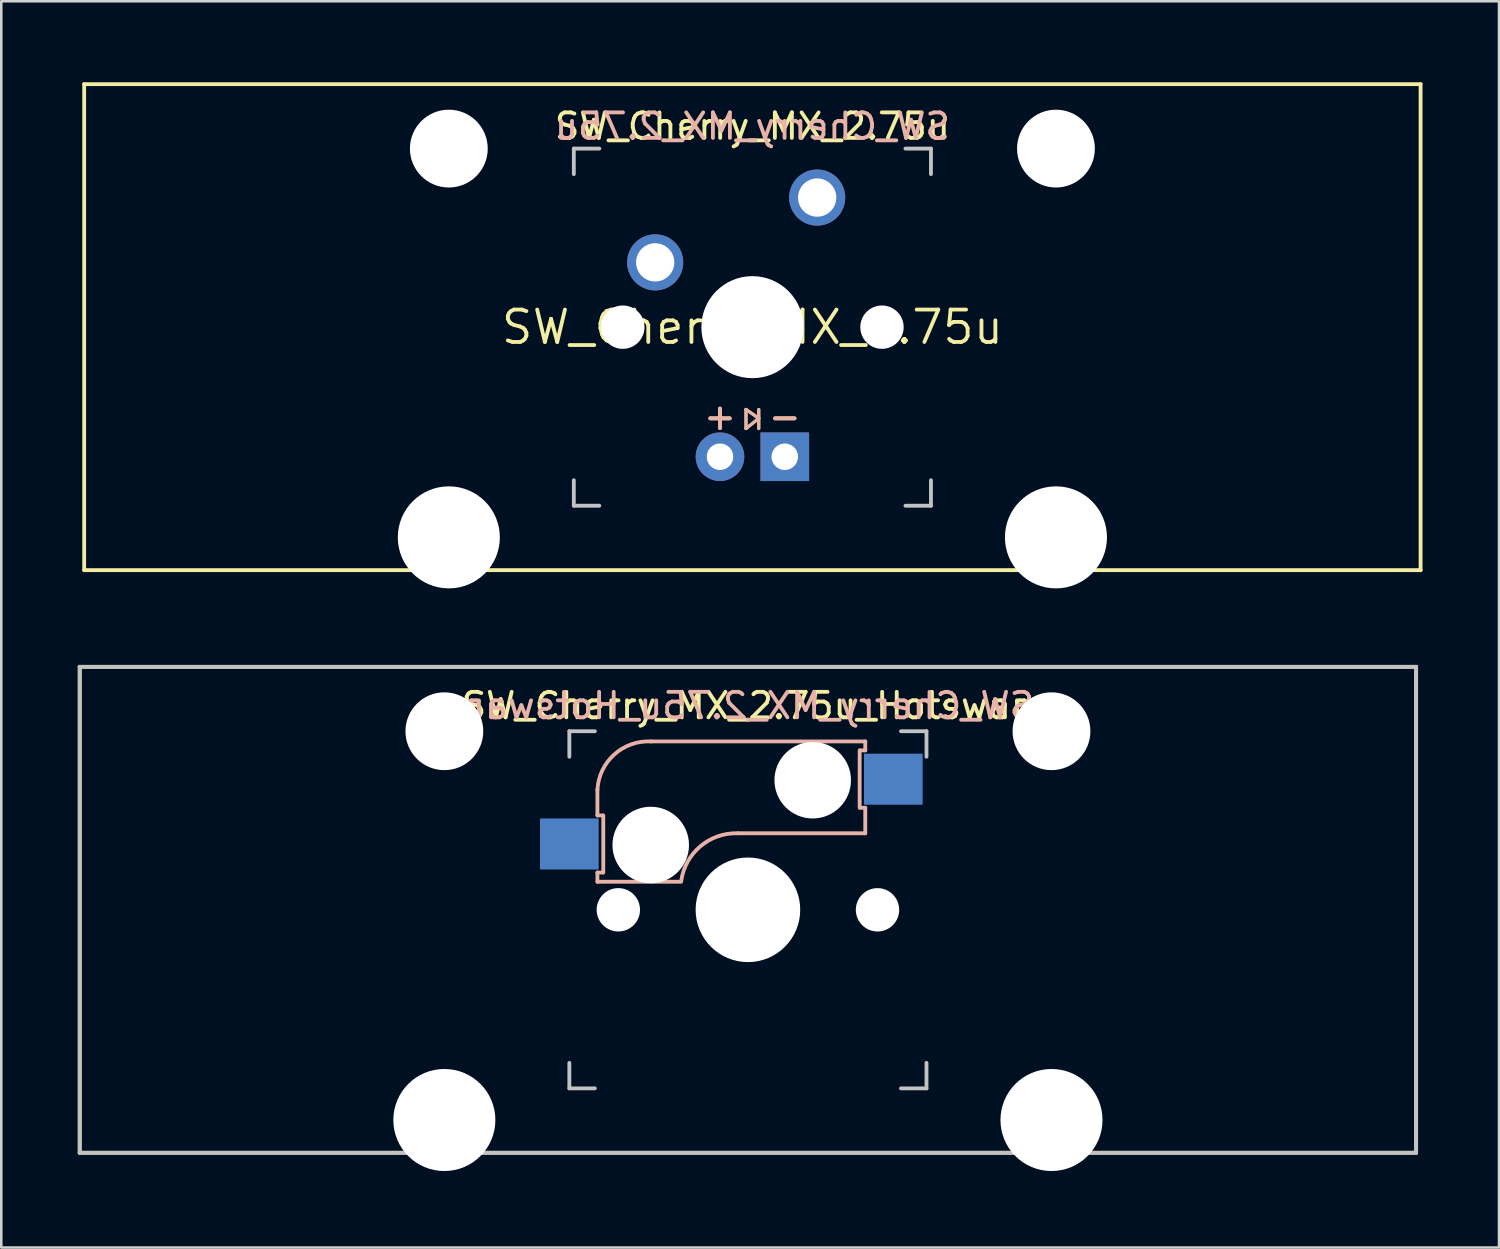
<source format=kicad_pcb>
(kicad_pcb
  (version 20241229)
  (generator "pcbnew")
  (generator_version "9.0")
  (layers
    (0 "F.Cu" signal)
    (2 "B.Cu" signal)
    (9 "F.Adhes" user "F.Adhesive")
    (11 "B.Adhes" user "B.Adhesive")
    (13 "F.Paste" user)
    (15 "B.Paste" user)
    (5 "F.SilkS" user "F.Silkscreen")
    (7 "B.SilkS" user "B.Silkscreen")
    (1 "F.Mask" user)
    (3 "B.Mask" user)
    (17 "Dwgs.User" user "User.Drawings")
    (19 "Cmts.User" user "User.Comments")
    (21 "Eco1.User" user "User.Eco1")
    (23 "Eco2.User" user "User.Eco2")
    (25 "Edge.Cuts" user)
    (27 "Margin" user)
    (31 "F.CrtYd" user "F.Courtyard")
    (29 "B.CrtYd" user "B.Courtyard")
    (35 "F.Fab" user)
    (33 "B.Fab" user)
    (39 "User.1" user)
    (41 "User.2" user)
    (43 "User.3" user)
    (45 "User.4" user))
  (footprint "SW_Cherry_MX_2.75u_Hotswap"
    (layer "F.Cu")
    (at 26.269 32.615)
    (property "Reference" "SW_Cherry_MX_2.75u_Hotswap" (at 0 -8 0) (unlocked yes) (layer "F.SilkS") (effects (font (size 1 1) (thickness 0.15))))
    (attr through_hole)
    (fp_line (start -26.194 -9.525) (end 26.194 -9.525) (stroke (width 0.15) (type solid)) (layer "F.SilkS"))
    (fp_line (start -26.194 9.525) (end -26.194 -9.525) (stroke (width 0.15) (type solid)) (layer "F.SilkS"))
    (fp_line (start 26.194 -9.525) (end 26.194 9.525) (stroke (width 0.15) (type solid)) (layer "F.SilkS"))
    (fp_line (start 26.194 9.525) (end -26.194 9.525) (stroke (width 0.15) (type solid)) (layer "F.SilkS"))
    (fp_line (start -5.9 -4.7) (end -5.9 -3.7) (stroke (width 0.15) (type solid)) (layer "B.SilkS"))
    (fp_line (start -5.9 -3.7) (end -5.7 -3.7) (stroke (width 0.15) (type solid)) (layer "B.SilkS"))
    (fp_line (start -5.9 -1.1) (end -5.9 -1.46) (stroke (width 0.15) (type solid)) (layer "B.SilkS"))
    (fp_line (start -5.9 -1.1) (end -2.62 -1.1) (stroke (width 0.15) (type solid)) (layer "B.SilkS"))
    (fp_line (start -5.7 -1.46) (end -5.9 -1.46) (stroke (width 0.15) (type solid)) (layer "B.SilkS"))
    (fp_line (start -5.67 -3.7) (end -5.67 -1.46) (stroke (width 0.15) (type solid)) (layer "B.SilkS"))
    (fp_line (start -0.4 -3) (end 4.6 -3) (stroke (width 0.15) (type solid)) (layer "B.SilkS"))
    (fp_line (start 4.38 -4) (end 4.38 -6.25) (stroke (width 0.15) (type solid)) (layer "B.SilkS"))
    (fp_line (start 4.4 -6.25) (end 4.6 -6.25) (stroke (width 0.15) (type solid)) (layer "B.SilkS"))
    (fp_line (start 4.6 -6.6) (end -3.8 -6.6) (stroke (width 0.15) (type solid)) (layer "B.SilkS"))
    (fp_line (start 4.6 -6.25) (end 4.6 -6.6) (stroke (width 0.15) (type solid)) (layer "B.SilkS"))
    (fp_line (start 4.6 -4) (end 4.4 -4) (stroke (width 0.15) (type solid)) (layer "B.SilkS"))
    (fp_line (start 4.6 -3) (end 4.6 -4) (stroke (width 0.15) (type solid)) (layer "B.SilkS"))
    (fp_arc (start -5.9 -4.699999) (mid -5.243504 -6.084924) (end -3.800001 -6.6) (stroke (width 0.15) (type solid)) (layer "B.SilkS"))
    (fp_arc (start -2.616318 -1.121471) (mid -1.868709 -2.486118) (end -0.4 -3) (stroke (width 0.15) (type solid)) (layer "B.SilkS"))
    (fp_line (start -26.194 -9.525) (end 26.194 -9.525) (stroke (width 0.15) (type solid)) (layer "Dwgs.User"))
    (fp_line (start -26.194 9.525) (end -26.194 -9.525) (stroke (width 0.15) (type solid)) (layer "Dwgs.User"))
    (fp_line (start -7 -7) (end -6 -7) (stroke (width 0.15) (type solid)) (layer "Dwgs.User"))
    (fp_line (start -7 -6) (end -7 -7) (stroke (width 0.15) (type solid)) (layer "Dwgs.User"))
    (fp_line (start -7 6) (end -7 7) (stroke (width 0.15) (type solid)) (layer "Dwgs.User"))
    (fp_line (start -7 7) (end -6 7) (stroke (width 0.15) (type solid)) (layer "Dwgs.User"))
    (fp_line (start 6 7) (end 7 7) (stroke (width 0.15) (type solid)) (layer "Dwgs.User"))
    (fp_line (start 7 -7) (end 6 -7) (stroke (width 0.15) (type solid)) (layer "Dwgs.User"))
    (fp_line (start 7 -7) (end 7 -6) (stroke (width 0.15) (type solid)) (layer "Dwgs.User"))
    (fp_line (start 7 7) (end 7 6) (stroke (width 0.15) (type solid)) (layer "Dwgs.User"))
    (fp_line (start 26.194 -9.525) (end 26.194 9.525) (stroke (width 0.15) (type solid)) (layer "Dwgs.User"))
    (fp_line (start 26.194 9.525) (end -26.194 9.525) (stroke (width 0.15) (type solid)) (layer "Dwgs.User"))
    (fp_line (start -16.129 -2.286) (end -15.265 -2.286) (stroke (width 0.05) (type solid)) (layer "Eco1.User"))
    (fp_line (start -16.129 0.508) (end -16.129 -2.286) (stroke (width 0.05) (type solid)) (layer "Eco1.User"))
    (fp_line (start -15.265 -5.69) (end -8.611 -5.69) (stroke (width 0.05) (type solid)) (layer "Eco1.User"))
    (fp_line (start -15.265 -2.286) (end -15.265 -5.69) (stroke (width 0.05) (type solid)) (layer "Eco1.User"))
    (fp_line (start -15.265 0.508) (end -16.129 0.508) (stroke (width 0.05) (type solid)) (layer "Eco1.User"))
    (fp_line (start -15.265 6.604) (end -15.265 0.508) (stroke (width 0.05) (type solid)) (layer "Eco1.User"))
    (fp_line (start -14.224 6.604) (end -15.265 6.604) (stroke (width 0.05) (type solid)) (layer "Eco1.User"))
    (fp_line (start -14.224 7.772) (end -14.224 6.604) (stroke (width 0.05) (type solid)) (layer "Eco1.User"))
    (fp_line (start -9.652 6.604) (end -9.652 7.772) (stroke (width 0.05) (type solid)) (layer "Eco1.User"))
    (fp_line (start -9.652 7.772) (end -14.224 7.772) (stroke (width 0.05) (type solid)) (layer "Eco1.User"))
    (fp_line (start -8.611 -5.69) (end -8.611 -4.877) (stroke (width 0.05) (type solid)) (layer "Eco1.User"))
    (fp_line (start -8.611 -4.877) (end -6.985 -4.877) (stroke (width 0.05) (type solid)) (layer "Eco1.User"))
    (fp_line (start -8.611 5.817) (end -8.611 6.604) (stroke (width 0.05) (type solid)) (layer "Eco1.User"))
    (fp_line (start -8.611 6.604) (end -9.652 6.604) (stroke (width 0.05) (type solid)) (layer "Eco1.User"))
    (fp_line (start -6.985 -6.985) (end 6.985 -6.985) (stroke (width 0.05) (type solid)) (layer "Eco1.User"))
    (fp_line (start -6.985 -4.877) (end -6.985 -6.985) (stroke (width 0.05) (type solid)) (layer "Eco1.User"))
    (fp_line (start -6.985 5.817) (end -8.611 5.817) (stroke (width 0.05) (type solid)) (layer "Eco1.User"))
    (fp_line (start -6.985 6.985) (end -6.985 5.817) (stroke (width 0.05) (type solid)) (layer "Eco1.User"))
    (fp_line (start 6.985 -6.985) (end 6.985 -4.877) (stroke (width 0.05) (type solid)) (layer "Eco1.User"))
    (fp_line (start 6.985 -4.877) (end 8.611 -4.877) (stroke (width 0.05) (type solid)) (layer "Eco1.User"))
    (fp_line (start 6.985 5.817) (end 6.985 6.985) (stroke (width 0.05) (type solid)) (layer "Eco1.User"))
    (fp_line (start 6.985 6.985) (end -6.985 6.985) (stroke (width 0.05) (type solid)) (layer "Eco1.User"))
    (fp_line (start 8.611 -5.69) (end 15.265 -5.69) (stroke (width 0.05) (type solid)) (layer "Eco1.User"))
    (fp_line (start 8.611 -4.877) (end 8.611 -5.69) (stroke (width 0.05) (type solid)) (layer "Eco1.User"))
    (fp_line (start 8.611 5.817) (end 6.985 5.817) (stroke (width 0.05) (type solid)) (layer "Eco1.User"))
    (fp_line (start 8.611 6.604) (end 8.611 5.817) (stroke (width 0.05) (type solid)) (layer "Eco1.User"))
    (fp_line (start 9.652 6.604) (end 8.611 6.604) (stroke (width 0.05) (type solid)) (layer "Eco1.User"))
    (fp_line (start 9.652 7.772) (end 9.652 6.604) (stroke (width 0.05) (type solid)) (layer "Eco1.User"))
    (fp_line (start 14.224 6.604) (end 14.224 7.772) (stroke (width 0.05) (type solid)) (layer "Eco1.User"))
    (fp_line (start 14.224 7.772) (end 9.652 7.772) (stroke (width 0.05) (type solid)) (layer "Eco1.User"))
    (fp_line (start 15.265 -5.69) (end 15.265 -2.286) (stroke (width 0.05) (type solid)) (layer "Eco1.User"))
    (fp_line (start 15.265 -2.286) (end 16.129 -2.286) (stroke (width 0.05) (type solid)) (layer "Eco1.User"))
    (fp_line (start 15.265 0.508) (end 15.265 6.604) (stroke (width 0.05) (type solid)) (layer "Eco1.User"))
    (fp_line (start 15.265 6.604) (end 14.224 6.604) (stroke (width 0.05) (type solid)) (layer "Eco1.User"))
    (fp_line (start 16.129 -2.286) (end 16.129 0.508) (stroke (width 0.05) (type solid)) (layer "Eco1.User"))
    (fp_line (start 16.129 0.508) (end 15.265 0.508) (stroke (width 0.05) (type solid)) (layer "Eco1.User"))
    (fp_text user "${REFERENCE}" (at 0 -8 0) (layer "B.SilkS") (effects (font (size 1 1) (thickness 0.15)) (justify mirror)))
    (pad "" np_thru_hole circle (at -11.9 -7) (size 3.05 3.05) (drill 3.05) (layers "*.Cu" "*.Mask"))
    (pad "" np_thru_hole circle (at -11.9 8.24) (size 4 4) (drill 4) (layers "*.Cu" "*.Mask"))
    (pad "" np_thru_hole circle (at -5.08 0) (size 1.7 1.7) (drill 1.7) (layers "*.Cu" "*.Mask"))
    (pad "" np_thru_hole circle (at -3.81 -2.54 180) (size 3 3) (drill 3) (layers "*.Cu" "*.Mask"))
    (pad "" np_thru_hole circle (at 0 0 90) (size 4.1 4.1) (drill 4.1) (layers "*.Cu" "*.Mask"))
    (pad "" np_thru_hole circle (at 2.54 -5.08 180) (size 3 3) (drill 3) (layers "*.Cu" "*.Mask"))
    (pad "" np_thru_hole circle (at 5.08 0) (size 1.7 1.7) (drill 1.7) (layers "*.Cu" "*.Mask"))
    (pad "" np_thru_hole circle (at 11.9 -7) (size 3.05 3.05) (drill 3.05) (layers "*.Cu" "*.Mask"))
    (pad "" np_thru_hole circle (at 11.9 8.24) (size 4 4) (drill 4) (layers "*.Cu" "*.Mask"))
    (pad "1" smd rect (at -7 -2.58 180) (size 2.3 2) (layers "B.Cu" "B.Mask" "B.Paste"))
    (pad "2" smd rect (at 5.7 -5.12 180) (size 2.3 2) (layers "B.Cu" "B.Mask" "B.Paste")))
  (footprint "SW_Cherry_MX_2.75u"
    (layer "F.Cu")
    (at 0.25 0.25)
    (property "Reference" "SW_Cherry_MX_2.75u" (at 26.194 9.525 0) (layer "F.SilkS") (effects (font (size 1.27 1.27) (thickness 0.15))))
    (attr through_hole)
    (fp_line (start 0 0) (end 52.388 0) (stroke (width 0.15) (type solid)) (layer "F.SilkS"))
    (fp_line (start 0 19.05) (end 0 0) (stroke (width 0.15) (type solid)) (layer "F.SilkS"))
    (fp_line (start 25.944 12.75) (end 25.944 13.5) (stroke (width 0.12) (type solid)) (layer "F.SilkS"))
    (fp_line (start 25.944 13.5) (end 26.444 13.1) (stroke (width 0.12) (type solid)) (layer "F.SilkS"))
    (fp_line (start 26.444 12.75) (end 26.444 13.5) (stroke (width 0.12) (type solid)) (layer "F.SilkS"))
    (fp_line (start 26.444 13.1) (end 25.944 12.75) (stroke (width 0.12) (type solid)) (layer "F.SilkS"))
    (fp_line (start 52.388 0) (end 52.388 19.05) (stroke (width 0.15) (type solid)) (layer "F.SilkS"))
    (fp_line (start 52.388 19.05) (end 0 19.05) (stroke (width 0.15) (type solid)) (layer "F.SilkS"))
    (fp_line (start 25.944 12.75) (end 25.944 13.5) (stroke (width 0.12) (type solid)) (layer "B.SilkS"))
    (fp_line (start 25.944 13.5) (end 26.444 13.1) (stroke (width 0.12) (type solid)) (layer "B.SilkS"))
    (fp_line (start 26.444 12.75) (end 26.444 13.5) (stroke (width 0.12) (type solid)) (layer "B.SilkS"))
    (fp_line (start 26.444 13.1) (end 25.944 12.75) (stroke (width 0.12) (type solid)) (layer "B.SilkS"))
    (fp_line (start 19.194 2.525) (end 20.194 2.525) (stroke (width 0.15) (type solid)) (layer "Dwgs.User"))
    (fp_line (start 19.194 3.525) (end 19.194 2.525) (stroke (width 0.15) (type solid)) (layer "Dwgs.User"))
    (fp_line (start 19.194 15.525) (end 19.194 16.525) (stroke (width 0.15) (type solid)) (layer "Dwgs.User"))
    (fp_line (start 19.194 16.525) (end 20.194 16.525) (stroke (width 0.15) (type solid)) (layer "Dwgs.User"))
    (fp_line (start 32.194 16.525) (end 33.194 16.525) (stroke (width 0.15) (type solid)) (layer "Dwgs.User"))
    (fp_line (start 33.194 2.525) (end 32.194 2.525) (stroke (width 0.15) (type solid)) (layer "Dwgs.User"))
    (fp_line (start 33.194 2.525) (end 33.194 3.525) (stroke (width 0.15) (type solid)) (layer "Dwgs.User"))
    (fp_line (start 33.194 16.525) (end 33.194 15.525) (stroke (width 0.15) (type solid)) (layer "Dwgs.User"))
    (fp_line (start 10.064 17.297) (end 10.065 3.835) (stroke (width 0.05) (type solid)) (layer "Eco1.User"))
    (fp_line (start 10.065 3.835) (end 19.14 3.835) (stroke (width 0.05) (type solid)) (layer "Eco1.User"))
    (fp_line (start 16.542 16.129) (end 16.542 17.297) (stroke (width 0.05) (type solid)) (layer "Eco1.User"))
    (fp_line (start 16.542 17.297) (end 10.064 17.297) (stroke (width 0.05) (type solid)) (layer "Eco1.User"))
    (fp_line (start 19.14 2.475) (end 19.14 3.835) (stroke (width 0.05) (type solid)) (layer "Eco1.User"))
    (fp_line (start 19.14 2.475) (end 33.24 2.475) (stroke (width 0.05) (type solid)) (layer "Eco1.User"))
    (fp_line (start 19.14 16.13) (end 16.542 16.129) (stroke (width 0.05) (type solid)) (layer "Eco1.User"))
    (fp_line (start 19.14 16.13) (end 19.14 16.576) (stroke (width 0.05) (type solid)) (layer "Eco1.User"))
    (fp_line (start 33.24 2.475) (end 33.24 3.835) (stroke (width 0.05) (type solid)) (layer "Eco1.User"))
    (fp_line (start 33.24 16.13) (end 33.24 16.576) (stroke (width 0.05) (type solid)) (layer "Eco1.User"))
    (fp_line (start 33.24 16.13) (end 35.846 16.129) (stroke (width 0.05) (type solid)) (layer "Eco1.User"))
    (fp_line (start 33.24 16.576) (end 19.14 16.576) (stroke (width 0.05) (type solid)) (layer "Eco1.User"))
    (fp_line (start 35.846 17.297) (end 35.846 16.129) (stroke (width 0.05) (type solid)) (layer "Eco1.User"))
    (fp_line (start 35.846 17.297) (end 42.324 17.297) (stroke (width 0.05) (type solid)) (layer "Eco1.User"))
    (fp_line (start 42.323 3.835) (end 33.24 3.835) (stroke (width 0.05) (type solid)) (layer "Eco1.User"))
    (fp_line (start 42.324 17.297) (end 42.323 3.835) (stroke (width 0.05) (type solid)) (layer "Eco1.User"))
    (fp_text user "-" (at 27.464 13.025 0) (layer "F.SilkS") (effects (font (size 1 1) (thickness 0.15))))
    (fp_text user "+" (at 24.924 13.025 0) (layer "F.SilkS") (effects (font (size 1 1) (thickness 0.15))))
    (fp_text user "${REFERENCE}" (at 26.194 1.651 0) (layer "F.SilkS") (effects (font (size 1 1) (thickness 0.15))))
    (fp_text user "-" (at 27.464 13.025 0) (layer "B.SilkS") (effects (font (size 1 1) (thickness 0.15))))
    (fp_text user "${REFERENCE}" (at 26.194 1.651 0) (layer "B.SilkS") (effects (font (size 1 1) (thickness 0.15)) (justify mirror)))
    (fp_text user "+" (at 24.924 13.025 0) (layer "B.SilkS") (effects (font (size 1 1) (thickness 0.15))))
    (pad "" np_thru_hole circle (at 14.294 2.525) (size 3.05 3.05) (drill 3.05) (layers "*.Cu" "*.Mask"))
    (pad "" np_thru_hole circle (at 14.294 17.765) (size 4 4) (drill 4) (layers "*.Cu" "*.Mask"))
    (pad "" np_thru_hole circle (at 21.114 9.525) (size 1.7 1.7) (drill 1.7) (layers "*.Cu" "*.Mask"))
    (pad "" np_thru_hole circle (at 26.194 9.525) (size 4 4) (drill 4) (layers "*.Cu" "*.Mask"))
    (pad "" np_thru_hole circle (at 31.274 9.525) (size 1.7 1.7) (drill 1.7) (layers "*.Cu" "*.Mask"))
    (pad "" np_thru_hole circle (at 38.094 2.525) (size 3.05 3.05) (drill 3.05) (layers "*.Cu" "*.Mask"))
    (pad "" np_thru_hole circle (at 38.094 17.765) (size 4 4) (drill 4) (layers "*.Cu" "*.Mask"))
    (pad "1" thru_hole circle (at 28.734 4.445) (size 2.2 2.2) (drill 1.5) (layers "*.Cu" "*.Mask"))
    (pad "2" thru_hole circle (at 22.384 6.985) (size 2.2 2.2) (drill 1.5) (layers "*.Cu" "*.Mask"))
    (pad "3" thru_hole circle (at 24.924 14.605) (size 1.905 1.905) (drill 1.04) (layers "*.Cu" "*.Mask"))
    (pad "4" thru_hole rect (at 27.464 14.605) (size 1.905 1.905) (drill 1.04) (layers "*.Cu" "*.Mask")))
  (gr_rect
    (start -3 -3)
    (end 55.712 45.855)
    (stroke (width 0.1) (type default))
    (fill no)
    (layer "Edge.Cuts")))
</source>
